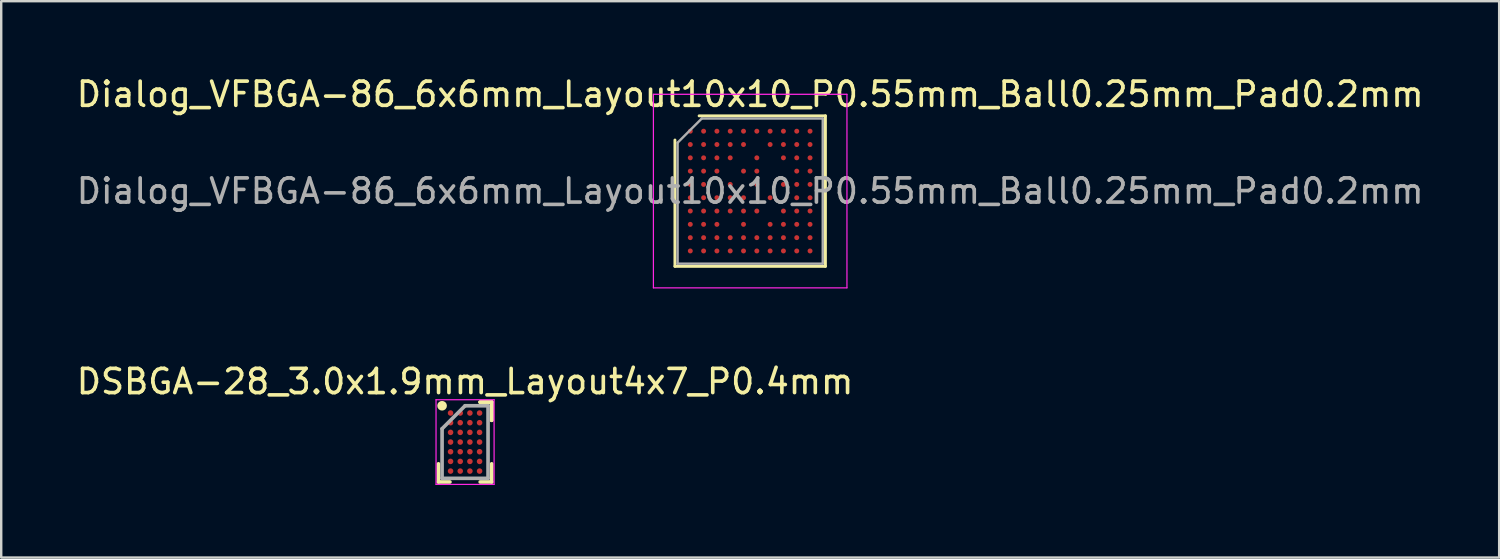
<source format=kicad_pcb>
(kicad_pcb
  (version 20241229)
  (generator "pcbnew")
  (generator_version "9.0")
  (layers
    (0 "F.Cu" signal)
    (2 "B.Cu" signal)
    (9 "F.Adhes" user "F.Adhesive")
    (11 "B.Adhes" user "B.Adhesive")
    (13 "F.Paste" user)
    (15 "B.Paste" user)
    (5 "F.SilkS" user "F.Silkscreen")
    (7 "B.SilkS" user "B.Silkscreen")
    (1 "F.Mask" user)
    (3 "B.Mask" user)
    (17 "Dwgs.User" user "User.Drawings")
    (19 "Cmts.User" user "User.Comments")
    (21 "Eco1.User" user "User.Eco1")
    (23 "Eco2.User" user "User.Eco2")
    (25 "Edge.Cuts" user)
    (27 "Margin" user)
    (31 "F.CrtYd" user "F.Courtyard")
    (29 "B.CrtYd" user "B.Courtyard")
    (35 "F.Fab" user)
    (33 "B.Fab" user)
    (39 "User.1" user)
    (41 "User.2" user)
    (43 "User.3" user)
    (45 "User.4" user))
  (footprint "Dialog_VFBGA-86_6x6mm_Layout10x10_P0.55mm_Ball0.25mm_Pad0.2mm"
    (layer "F.Cu")
    (at 27.958 4.848)
    (property "Reference" "Dialog_VFBGA-86_6x6mm_Layout10x10_P0.55mm_Ball0.25mm_Pad0.2mm" (at 0 -4 0) (layer "F.SilkS") (effects (font (size 1 1) (thickness 0.15))))
    (attr smd)
    (fp_line (start -3.11 3.11) (end -3.11 -2.11) (stroke (width 0.12) (type solid)) (layer "F.SilkS"))
    (fp_line (start -2.11 -3.11) (end 3.11 -3.11) (stroke (width 0.12) (type solid)) (layer "F.SilkS"))
    (fp_line (start 3.11 -3.11) (end 3.11 3.11) (stroke (width 0.12) (type solid)) (layer "F.SilkS"))
    (fp_line (start 3.11 3.11) (end -3.11 3.11) (stroke (width 0.12) (type solid)) (layer "F.SilkS"))
    (fp_line (start -4 -4) (end -4 4) (stroke (width 0.05) (type solid)) (layer "F.CrtYd"))
    (fp_line (start -4 4) (end 4 4) (stroke (width 0.05) (type solid)) (layer "F.CrtYd"))
    (fp_line (start 4 -4) (end -4 -4) (stroke (width 0.05) (type solid)) (layer "F.CrtYd"))
    (fp_line (start 4 4) (end 4 -4) (stroke (width 0.05) (type solid)) (layer "F.CrtYd"))
    (fp_line (start -3 -2) (end -2 -3) (stroke (width 0.1) (type solid)) (layer "F.Fab"))
    (fp_line (start -3 3) (end -3 -2) (stroke (width 0.1) (type solid)) (layer "F.Fab"))
    (fp_line (start -2 -3) (end 3 -3) (stroke (width 0.1) (type solid)) (layer "F.Fab"))
    (fp_line (start 3 -3) (end 3 3) (stroke (width 0.1) (type solid)) (layer "F.Fab"))
    (fp_line (start 3 3) (end -3 3) (stroke (width 0.1) (type solid)) (layer "F.Fab"))
    (fp_text user "${REFERENCE}" (at 0 0 0) (layer "F.Fab") (effects (font (size 1 1) (thickness 0.15))))
    (pad "A1" smd circle (at -2.475 -2.475) (size 0.205 0.205) (layers "F.Cu" "F.Mask" "F.Paste"))
    (pad "A2" smd circle (at -1.925 -2.475) (size 0.205 0.205) (layers "F.Cu" "F.Mask" "F.Paste"))
    (pad "A3" smd circle (at -1.375 -2.475) (size 0.205 0.205) (layers "F.Cu" "F.Mask" "F.Paste"))
    (pad "A4" smd circle (at -0.825 -2.475) (size 0.205 0.205) (layers "F.Cu" "F.Mask" "F.Paste"))
    (pad "A5" smd circle (at -0.275 -2.475) (size 0.205 0.205) (layers "F.Cu" "F.Mask" "F.Paste"))
    (pad "A6" smd circle (at 0.275 -2.475) (size 0.205 0.205) (layers "F.Cu" "F.Mask" "F.Paste"))
    (pad "A7" smd circle (at 0.825 -2.475) (size 0.205 0.205) (layers "F.Cu" "F.Mask" "F.Paste"))
    (pad "A8" smd circle (at 1.375 -2.475) (size 0.205 0.205) (layers "F.Cu" "F.Mask" "F.Paste"))
    (pad "A9" smd circle (at 1.925 -2.475) (size 0.205 0.205) (layers "F.Cu" "F.Mask" "F.Paste"))
    (pad "A10" smd circle (at 2.475 -2.475) (size 0.205 0.205) (layers "F.Cu" "F.Mask" "F.Paste"))
    (pad "B1" smd circle (at -2.475 -1.925) (size 0.205 0.205) (layers "F.Cu" "F.Mask" "F.Paste"))
    (pad "B2" smd circle (at -1.925 -1.925) (size 0.205 0.205) (layers "F.Cu" "F.Mask" "F.Paste"))
    (pad "B3" smd circle (at -1.375 -1.925) (size 0.205 0.205) (layers "F.Cu" "F.Mask" "F.Paste"))
    (pad "B4" smd circle (at -0.825 -1.925) (size 0.205 0.205) (layers "F.Cu" "F.Mask" "F.Paste"))
    (pad "B5" smd circle (at -0.275 -1.925) (size 0.205 0.205) (layers "F.Cu" "F.Mask" "F.Paste"))
    (pad "B7" smd circle (at 0.825 -1.925) (size 0.205 0.205) (layers "F.Cu" "F.Mask" "F.Paste"))
    (pad "B8" smd circle (at 1.375 -1.925) (size 0.205 0.205) (layers "F.Cu" "F.Mask" "F.Paste"))
    (pad "B9" smd circle (at 1.925 -1.925) (size 0.205 0.205) (layers "F.Cu" "F.Mask" "F.Paste"))
    (pad "B10" smd circle (at 2.475 -1.925) (size 0.205 0.205) (layers "F.Cu" "F.Mask" "F.Paste"))
    (pad "C1" smd circle (at -2.475 -1.375) (size 0.205 0.205) (layers "F.Cu" "F.Mask" "F.Paste"))
    (pad "C2" smd circle (at -1.925 -1.375) (size 0.205 0.205) (layers "F.Cu" "F.Mask" "F.Paste"))
    (pad "C3" smd circle (at -1.375 -1.375) (size 0.205 0.205) (layers "F.Cu" "F.Mask" "F.Paste"))
    (pad "C4" smd circle (at -0.825 -1.375) (size 0.205 0.205) (layers "F.Cu" "F.Mask" "F.Paste"))
    (pad "C6" smd circle (at 0.275 -1.375) (size 0.205 0.205) (layers "F.Cu" "F.Mask" "F.Paste"))
    (pad "C8" smd circle (at 1.375 -1.375) (size 0.205 0.205) (layers "F.Cu" "F.Mask" "F.Paste"))
    (pad "C9" smd circle (at 1.925 -1.375) (size 0.205 0.205) (layers "F.Cu" "F.Mask" "F.Paste"))
    (pad "C10" smd circle (at 2.475 -1.375) (size 0.205 0.205) (layers "F.Cu" "F.Mask" "F.Paste"))
    (pad "D1" smd circle (at -2.475 -0.825) (size 0.205 0.205) (layers "F.Cu" "F.Mask" "F.Paste"))
    (pad "D2" smd circle (at -1.925 -0.825) (size 0.205 0.205) (layers "F.Cu" "F.Mask" "F.Paste"))
    (pad "D3" smd circle (at -1.375 -0.825) (size 0.205 0.205) (layers "F.Cu" "F.Mask" "F.Paste"))
    (pad "D5" smd circle (at -0.275 -0.825) (size 0.205 0.205) (layers "F.Cu" "F.Mask" "F.Paste"))
    (pad "D6" smd circle (at 0.275 -0.825) (size 0.205 0.205) (layers "F.Cu" "F.Mask" "F.Paste"))
    (pad "D9" smd circle (at 1.925 -0.825) (size 0.205 0.205) (layers "F.Cu" "F.Mask" "F.Paste"))
    (pad "D10" smd circle (at 2.475 -0.825) (size 0.205 0.205) (layers "F.Cu" "F.Mask" "F.Paste"))
    (pad "E1" smd circle (at -2.475 -0.275) (size 0.205 0.205) (layers "F.Cu" "F.Mask" "F.Paste"))
    (pad "E2" smd circle (at -1.925 -0.275) (size 0.205 0.205) (layers "F.Cu" "F.Mask" "F.Paste"))
    (pad "E4" smd circle (at -0.825 -0.275) (size 0.205 0.205) (layers "F.Cu" "F.Mask" "F.Paste"))
    (pad "E6" smd circle (at 0.275 -0.275) (size 0.205 0.205) (layers "F.Cu" "F.Mask" "F.Paste"))
    (pad "E8" smd circle (at 1.375 -0.275) (size 0.205 0.205) (layers "F.Cu" "F.Mask" "F.Paste"))
    (pad "E9" smd circle (at 1.925 -0.275) (size 0.205 0.205) (layers "F.Cu" "F.Mask" "F.Paste"))
    (pad "E10" smd circle (at 2.475 -0.275) (size 0.205 0.205) (layers "F.Cu" "F.Mask" "F.Paste"))
    (pad "F1" smd circle (at -2.475 0.275) (size 0.205 0.205) (layers "F.Cu" "F.Mask" "F.Paste"))
    (pad "F2" smd circle (at -1.925 0.275) (size 0.205 0.205) (layers "F.Cu" "F.Mask" "F.Paste"))
    (pad "F3" smd circle (at -1.375 0.275) (size 0.205 0.205) (layers "F.Cu" "F.Mask" "F.Paste"))
    (pad "F4" smd circle (at -0.825 0.275) (size 0.205 0.205) (layers "F.Cu" "F.Mask" "F.Paste"))
    (pad "F5" smd circle (at -0.275 0.275) (size 0.205 0.205) (layers "F.Cu" "F.Mask" "F.Paste"))
    (pad "F7" smd circle (at 0.825 0.275) (size 0.205 0.205) (layers "F.Cu" "F.Mask" "F.Paste"))
    (pad "F9" smd circle (at 1.925 0.275) (size 0.205 0.205) (layers "F.Cu" "F.Mask" "F.Paste"))
    (pad "F10" smd circle (at 2.475 0.275) (size 0.205 0.205) (layers "F.Cu" "F.Mask" "F.Paste"))
    (pad "G1" smd circle (at -2.475 0.825) (size 0.205 0.205) (layers "F.Cu" "F.Mask" "F.Paste"))
    (pad "G2" smd circle (at -1.925 0.825) (size 0.205 0.205) (layers "F.Cu" "F.Mask" "F.Paste"))
    (pad "G3" smd circle (at -1.375 0.825) (size 0.205 0.205) (layers "F.Cu" "F.Mask" "F.Paste"))
    (pad "G4" smd circle (at -0.825 0.825) (size 0.205 0.205) (layers "F.Cu" "F.Mask" "F.Paste"))
    (pad "G5" smd circle (at -0.275 0.825) (size 0.205 0.205) (layers "F.Cu" "F.Mask" "F.Paste"))
    (pad "G6" smd circle (at 0.275 0.825) (size 0.205 0.205) (layers "F.Cu" "F.Mask" "F.Paste"))
    (pad "G8" smd circle (at 1.375 0.825) (size 0.205 0.205) (layers "F.Cu" "F.Mask" "F.Paste"))
    (pad "G9" smd circle (at 1.925 0.825) (size 0.205 0.205) (layers "F.Cu" "F.Mask" "F.Paste"))
    (pad "G10" smd circle (at 2.475 0.825) (size 0.205 0.205) (layers "F.Cu" "F.Mask" "F.Paste"))
    (pad "H1" smd circle (at -2.475 1.375) (size 0.205 0.205) (layers "F.Cu" "F.Mask" "F.Paste"))
    (pad "H2" smd circle (at -1.925 1.375) (size 0.205 0.205) (layers "F.Cu" "F.Mask" "F.Paste"))
    (pad "H3" smd circle (at -1.375 1.375) (size 0.205 0.205) (layers "F.Cu" "F.Mask" "F.Paste"))
    (pad "H5" smd circle (at -0.275 1.375) (size 0.205 0.205) (layers "F.Cu" "F.Mask" "F.Paste"))
    (pad "H7" smd circle (at 0.825 1.375) (size 0.205 0.205) (layers "F.Cu" "F.Mask" "F.Paste"))
    (pad "H8" smd circle (at 1.375 1.375) (size 0.205 0.205) (layers "F.Cu" "F.Mask" "F.Paste"))
    (pad "H9" smd circle (at 1.925 1.375) (size 0.205 0.205) (layers "F.Cu" "F.Mask" "F.Paste"))
    (pad "H10" smd circle (at 2.475 1.375) (size 0.205 0.205) (layers "F.Cu" "F.Mask" "F.Paste"))
    (pad "J1" smd circle (at -2.475 1.925) (size 0.205 0.205) (layers "F.Cu" "F.Mask" "F.Paste"))
    (pad "J2" smd circle (at -1.925 1.925) (size 0.205 0.205) (layers "F.Cu" "F.Mask" "F.Paste"))
    (pad "J3" smd circle (at -1.375 1.925) (size 0.205 0.205) (layers "F.Cu" "F.Mask" "F.Paste"))
    (pad "J4" smd circle (at -0.825 1.925) (size 0.205 0.205) (layers "F.Cu" "F.Mask" "F.Paste"))
    (pad "J5" smd circle (at -0.275 1.925) (size 0.205 0.205) (layers "F.Cu" "F.Mask" "F.Paste"))
    (pad "J6" smd circle (at 0.275 1.925) (size 0.205 0.205) (layers "F.Cu" "F.Mask" "F.Paste"))
    (pad "J7" smd circle (at 0.825 1.925) (size 0.205 0.205) (layers "F.Cu" "F.Mask" "F.Paste"))
    (pad "J8" smd circle (at 1.375 1.925) (size 0.205 0.205) (layers "F.Cu" "F.Mask" "F.Paste"))
    (pad "J9" smd circle (at 1.925 1.925) (size 0.205 0.205) (layers "F.Cu" "F.Mask" "F.Paste"))
    (pad "J10" smd circle (at 2.475 1.925) (size 0.205 0.205) (layers "F.Cu" "F.Mask" "F.Paste"))
    (pad "K1" smd circle (at -2.475 2.475) (size 0.205 0.205) (layers "F.Cu" "F.Mask" "F.Paste"))
    (pad "K2" smd circle (at -1.925 2.475) (size 0.205 0.205) (layers "F.Cu" "F.Mask" "F.Paste"))
    (pad "K3" smd circle (at -1.375 2.475) (size 0.205 0.205) (layers "F.Cu" "F.Mask" "F.Paste"))
    (pad "K4" smd circle (at -0.825 2.475) (size 0.205 0.205) (layers "F.Cu" "F.Mask" "F.Paste"))
    (pad "K5" smd circle (at -0.275 2.475) (size 0.205 0.205) (layers "F.Cu" "F.Mask" "F.Paste"))
    (pad "K6" smd circle (at 0.275 2.475) (size 0.205 0.205) (layers "F.Cu" "F.Mask" "F.Paste"))
    (pad "K7" smd circle (at 0.825 2.475) (size 0.205 0.205) (layers "F.Cu" "F.Mask" "F.Paste"))
    (pad "K8" smd circle (at 1.375 2.475) (size 0.205 0.205) (layers "F.Cu" "F.Mask" "F.Paste"))
    (pad "K9" smd circle (at 1.925 2.475) (size 0.205 0.205) (layers "F.Cu" "F.Mask" "F.Paste"))
    (pad "K10" smd circle (at 2.475 2.475) (size 0.205 0.205) (layers "F.Cu" "F.Mask" "F.Paste")))
  (footprint "DSBGA-28_3.0x1.9mm_Layout4x7_P0.4mm"
    (layer "F.Cu")
    (at 16.173 15.222)
    (property "Reference" "DSBGA-28_3.0x1.9mm_Layout4x7_P0.4mm" (at 0 -2.5 0) (layer "F.SilkS") (effects (font (size 1 1) (thickness 0.15))))
    (attr smd)
    (fp_line (start -1.1 1.65) (end -1.1 0.9) (stroke (width 0.15) (type solid)) (layer "F.SilkS"))
    (fp_line (start -0.625 1.65) (end -1.1 1.65) (stroke (width 0.15) (type solid)) (layer "F.SilkS"))
    (fp_line (start 0.625 -1.65) (end 1.1 -1.65) (stroke (width 0.15) (type solid)) (layer "F.SilkS"))
    (fp_line (start 0.625 -1.65) (end 1.1 -1.65) (stroke (width 0.15) (type solid)) (layer "F.SilkS"))
    (fp_line (start 0.625 -1.65) (end 1.1 -1.65) (stroke (width 0.15) (type solid)) (layer "F.SilkS"))
    (fp_line (start 0.625 1.65) (end 1.1 1.65) (stroke (width 0.15) (type solid)) (layer "F.SilkS"))
    (fp_line (start 1.1 -1.65) (end 1.1 -0.9) (stroke (width 0.15) (type solid)) (layer "F.SilkS"))
    (fp_line (start 1.1 -1.65) (end 1.1 -0.9) (stroke (width 0.15) (type solid)) (layer "F.SilkS"))
    (fp_line (start 1.1 -1.65) (end 1.1 -0.9) (stroke (width 0.15) (type solid)) (layer "F.SilkS"))
    (fp_line (start 1.1 1.65) (end 1.1 0.9) (stroke (width 0.15) (type solid)) (layer "F.SilkS"))
    (fp_circle (center -0.95 -1.5) (end -0.95 -1.4) (stroke (width 0.2) (type solid)) (fill no) (layer "F.SilkS"))
    (fp_line (start -1.2 -1.75) (end 1.2 -1.75) (stroke (width 0.05) (type solid)) (layer "F.CrtYd"))
    (fp_line (start -1.2 1.75) (end -1.2 -1.75) (stroke (width 0.05) (type solid)) (layer "F.CrtYd"))
    (fp_line (start 1.2 -1.75) (end 1.2 1.75) (stroke (width 0.05) (type solid)) (layer "F.CrtYd"))
    (fp_line (start 1.2 1.75) (end -1.2 1.75) (stroke (width 0.05) (type solid)) (layer "F.CrtYd"))
    (fp_line (start -0.95 -0.55) (end -0.95 1.5) (stroke (width 0.15) (type solid)) (layer "F.Fab"))
    (fp_line (start -0.95 1.5) (end 0.95 1.5) (stroke (width 0.15) (type solid)) (layer "F.Fab"))
    (fp_line (start 0 -1.5) (end -0.95 -0.55) (stroke (width 0.15) (type solid)) (layer "F.Fab"))
    (fp_line (start 0.95 -1.5) (end 0 -1.5) (stroke (width 0.15) (type solid)) (layer "F.Fab"))
    (fp_line (start 0.95 1.5) (end 0.95 -1.5) (stroke (width 0.15) (type solid)) (layer "F.Fab"))
    (pad "A1" smd circle (at -0.6 -1.2) (size 0.23 0.23) (layers "F.Cu" "F.Mask" "F.Paste"))
    (pad "A2" smd circle (at -0.2 -1.2) (size 0.23 0.23) (layers "F.Cu" "F.Mask" "F.Paste"))
    (pad "A3" smd circle (at 0.2 -1.2) (size 0.23 0.23) (layers "F.Cu" "F.Mask" "F.Paste"))
    (pad "A4" smd circle (at 0.6 -1.2) (size 0.23 0.23) (layers "F.Cu" "F.Mask" "F.Paste"))
    (pad "B1" smd circle (at -0.6 -0.8) (size 0.23 0.23) (layers "F.Cu" "F.Mask" "F.Paste"))
    (pad "B2" smd circle (at -0.2 -0.8) (size 0.23 0.23) (layers "F.Cu" "F.Mask" "F.Paste"))
    (pad "B3" smd circle (at 0.2 -0.8) (size 0.23 0.23) (layers "F.Cu" "F.Mask" "F.Paste"))
    (pad "B4" smd circle (at 0.6 -0.8) (size 0.23 0.23) (layers "F.Cu" "F.Mask" "F.Paste"))
    (pad "C1" smd circle (at -0.6 -0.4) (size 0.23 0.23) (layers "F.Cu" "F.Mask" "F.Paste"))
    (pad "C2" smd circle (at -0.2 -0.4) (size 0.23 0.23) (layers "F.Cu" "F.Mask" "F.Paste"))
    (pad "C3" smd circle (at 0.2 -0.4) (size 0.23 0.23) (layers "F.Cu" "F.Mask" "F.Paste"))
    (pad "C4" smd circle (at 0.6 -0.4) (size 0.23 0.23) (layers "F.Cu" "F.Mask" "F.Paste"))
    (pad "D1" smd circle (at -0.6 0) (size 0.23 0.23) (layers "F.Cu" "F.Mask" "F.Paste"))
    (pad "D2" smd circle (at -0.2 0) (size 0.23 0.23) (layers "F.Cu" "F.Mask" "F.Paste"))
    (pad "D3" smd circle (at 0.2 0) (size 0.23 0.23) (layers "F.Cu" "F.Mask" "F.Paste"))
    (pad "D4" smd circle (at 0.6 0) (size 0.23 0.23) (layers "F.Cu" "F.Mask" "F.Paste"))
    (pad "E1" smd circle (at -0.6 0.4) (size 0.23 0.23) (layers "F.Cu" "F.Mask" "F.Paste"))
    (pad "E2" smd circle (at -0.2 0.4) (size 0.23 0.23) (layers "F.Cu" "F.Mask" "F.Paste"))
    (pad "E3" smd circle (at 0.2 0.4) (size 0.23 0.23) (layers "F.Cu" "F.Mask" "F.Paste"))
    (pad "E4" smd circle (at 0.6 0.4) (size 0.23 0.23) (layers "F.Cu" "F.Mask" "F.Paste"))
    (pad "F1" smd circle (at -0.6 0.8) (size 0.23 0.23) (layers "F.Cu" "F.Mask" "F.Paste"))
    (pad "F2" smd circle (at -0.2 0.8) (size 0.23 0.23) (layers "F.Cu" "F.Mask" "F.Paste"))
    (pad "F3" smd circle (at 0.2 0.8) (size 0.23 0.23) (layers "F.Cu" "F.Mask" "F.Paste"))
    (pad "F4" smd circle (at 0.6 0.8) (size 0.23 0.23) (layers "F.Cu" "F.Mask" "F.Paste"))
    (pad "G1" smd circle (at -0.6 1.2) (size 0.23 0.23) (layers "F.Cu" "F.Mask" "F.Paste"))
    (pad "G2" smd circle (at -0.2 1.2) (size 0.23 0.23) (layers "F.Cu" "F.Mask" "F.Paste"))
    (pad "G3" smd circle (at 0.2 1.2) (size 0.23 0.23) (layers "F.Cu" "F.Mask" "F.Paste"))
    (pad "G4" smd circle (at 0.6 1.2) (size 0.23 0.23) (layers "F.Cu" "F.Mask" "F.Paste")))
  (gr_rect
    (start -3 -3)
    (end 58.917 19.997)
    (stroke (width 0.1) (type default))
    (fill no)
    (layer "Edge.Cuts")))
</source>
